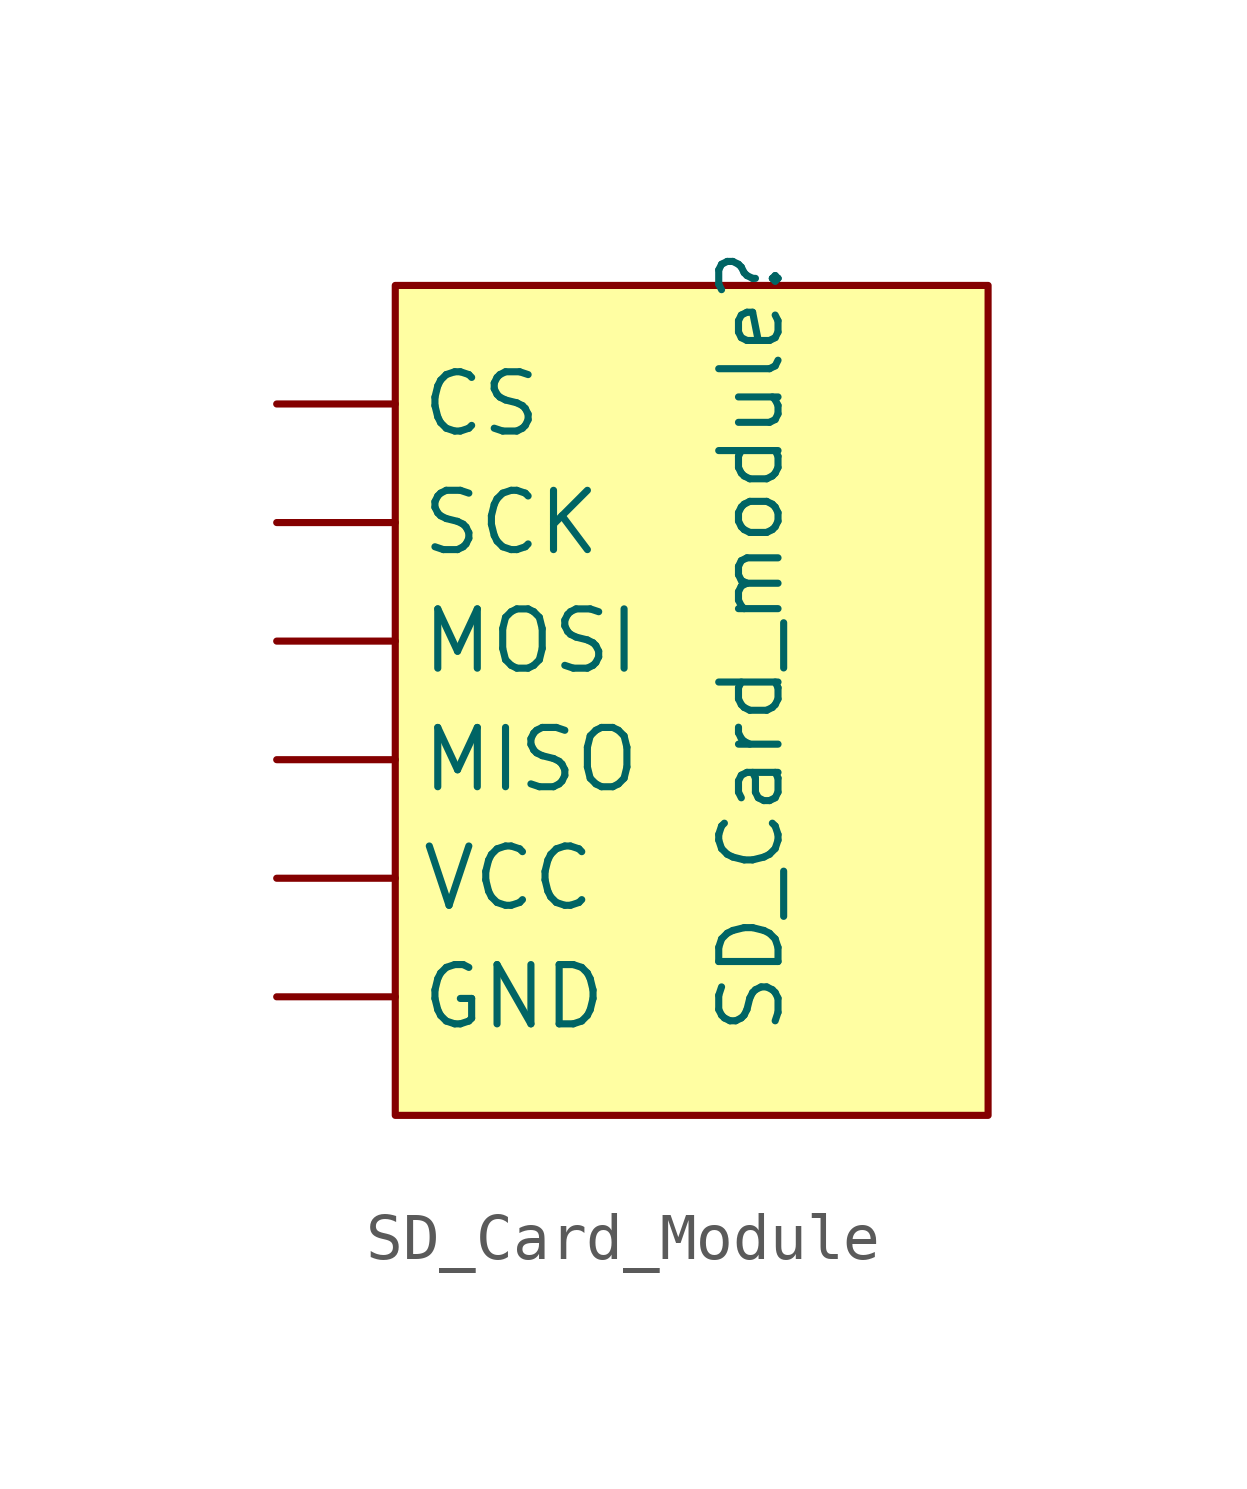
<source format=kicad_sym>
(kicad_symbol_lib
  (version 20220914)
  (generator kicad_symbol_editor)
  (symbol "SD_Card_Module"
    (property "Reference" "SD_Card_module"
      (at 0 0 90)
      (effects (font (size 1.27 1.27))))
    (property "Value" ""
      (at 0 0 0)
      (effects (font (size 1.27 1.27))))
    (symbol "SD_Card_Module_1_1"
      (rectangle (start -7.62 7.62) (end 5.08 -10.16) (stroke (width 0) (type default)) (fill (type color) (color 255 254 162 1)))
      (pin output line (at -10.16 5.08 0) (length 2.54) (name "CS" (effects (font (size 1.27 1.27)))) (number "" (effects (font (size 1.27 1.27)))))
      (pin output line (at -10.16 -7.62 0) (length 2.54) (name "GND" (effects (font (size 1.27 1.27)))) (number "" (effects (font (size 1.27 1.27)))))
      (pin output line (at -10.16 -2.54 0) (length 2.54) (name "MISO" (effects (font (size 1.27 1.27)))) (number "" (effects (font (size 1.27 1.27)))))
      (pin output line (at -10.16 0 0) (length 2.54) (name "MOSI" (effects (font (size 1.27 1.27)))) (number "" (effects (font (size 1.27 1.27)))))
      (pin output line (at -10.16 2.54 0) (length 2.54) (name "SCK" (effects (font (size 1.27 1.27)))) (number "" (effects (font (size 1.27 1.27)))))
      (pin output line (at -10.16 -5.08 0) (length 2.54) (name "VCC" (effects (font (size 1.27 1.27)))) (number "" (effects (font (size 1.27 1.27))))))))
</source>
